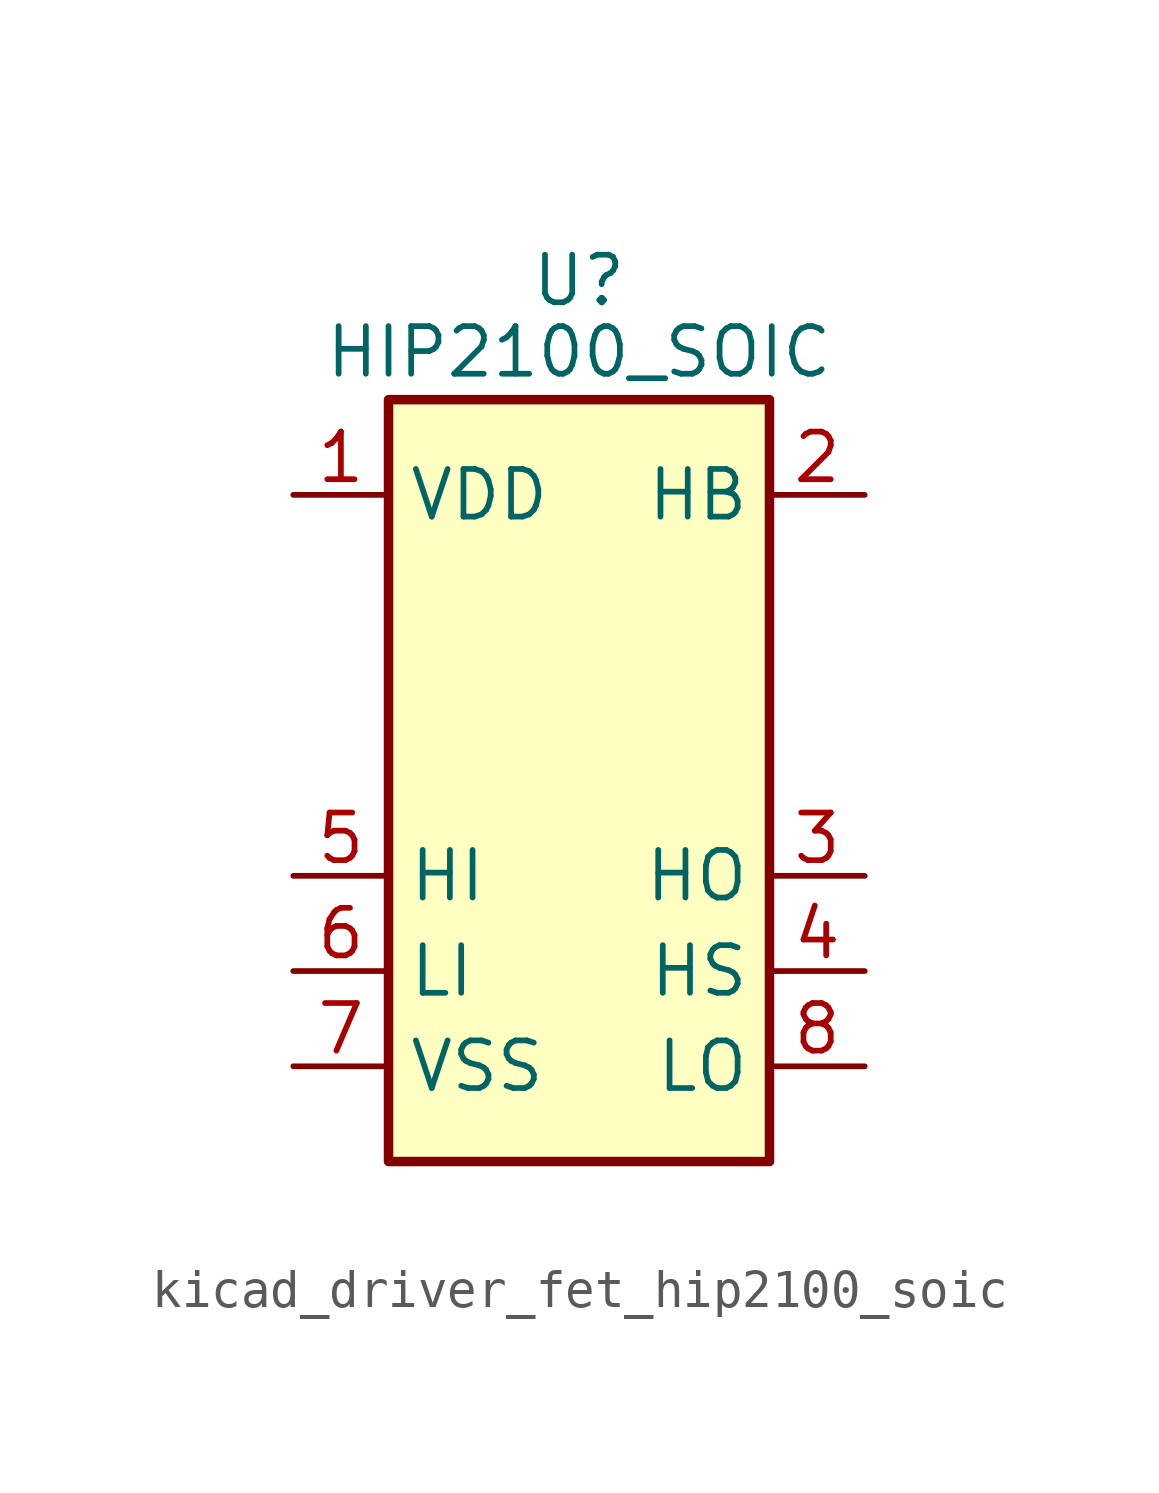
<source format=kicad_sym>
(kicad_symbol_lib
  (version 20220914)
  (generator kicad_symbol_editor)
  (symbol "kicad_driver_fet_hip2100_soic"
    (property "Reference" "U"
      (at 0 13.335 0)
      (effects (font (size 1.27 1.27))))
    (property "Value" "HIP2100_SOIC"
      (at 0 11.43 0)
      (effects (font (size 1.27 1.27))))
    (symbol "kicad_driver_fet_hip2100_soic_0_1"
      (rectangle (start -5.08 -10.16) (end 5.08 10.16) (stroke (width 0.254) (type default)) (fill (type background))))
    (symbol "kicad_driver_fet_hip2100_soic_1_1"
      (pin power_in line (at -7.62 7.62 0) (length 2.54) (name "VDD" (effects (font (size 1.27 1.27)))) (number "1" (effects (font (size 1.27 1.27)))))
      (pin passive line (at 7.62 7.62 180) (length 2.54) (name "HB" (effects (font (size 1.27 1.27)))) (number "2" (effects (font (size 1.27 1.27)))))
      (pin output line (at 7.62 -2.54 180) (length 2.54) (name "HO" (effects (font (size 1.27 1.27)))) (number "3" (effects (font (size 1.27 1.27)))))
      (pin passive line (at 7.62 -5.08 180) (length 2.54) (name "HS" (effects (font (size 1.27 1.27)))) (number "4" (effects (font (size 1.27 1.27)))))
      (pin input line (at -7.62 -2.54 0) (length 2.54) (name "HI" (effects (font (size 1.27 1.27)))) (number "5" (effects (font (size 1.27 1.27)))))
      (pin input line (at -7.62 -5.08 0) (length 2.54) (name "LI" (effects (font (size 1.27 1.27)))) (number "6" (effects (font (size 1.27 1.27)))))
      (pin power_in line (at -7.62 -7.62 0) (length 2.54) (name "VSS" (effects (font (size 1.27 1.27)))) (number "7" (effects (font (size 1.27 1.27)))))
      (pin output line (at 7.62 -7.62 180) (length 2.54) (name "LO" (effects (font (size 1.27 1.27)))) (number "8" (effects (font (size 1.27 1.27))))))))
</source>
